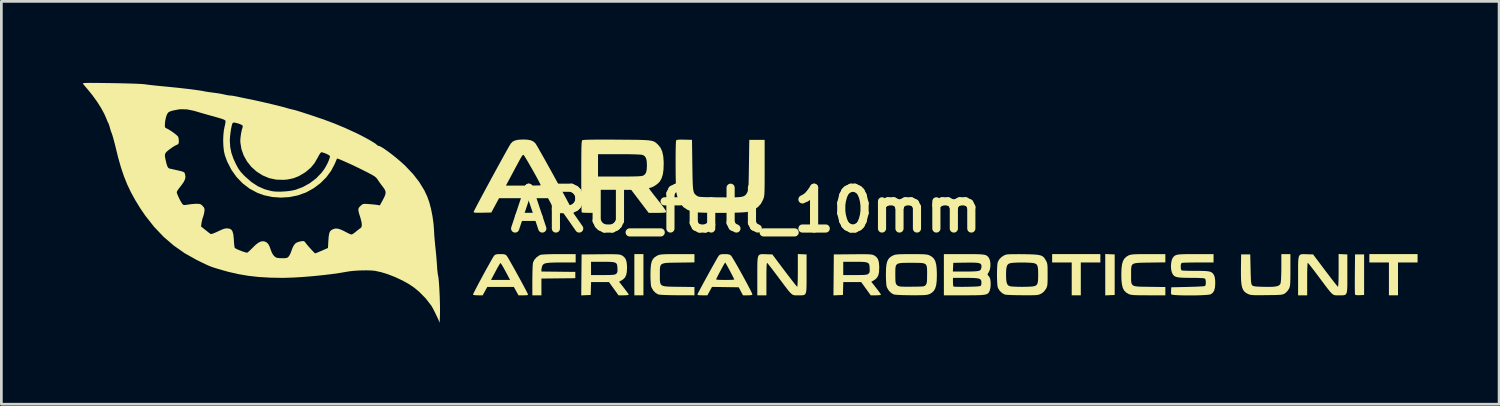
<source format=kicad_pcb>
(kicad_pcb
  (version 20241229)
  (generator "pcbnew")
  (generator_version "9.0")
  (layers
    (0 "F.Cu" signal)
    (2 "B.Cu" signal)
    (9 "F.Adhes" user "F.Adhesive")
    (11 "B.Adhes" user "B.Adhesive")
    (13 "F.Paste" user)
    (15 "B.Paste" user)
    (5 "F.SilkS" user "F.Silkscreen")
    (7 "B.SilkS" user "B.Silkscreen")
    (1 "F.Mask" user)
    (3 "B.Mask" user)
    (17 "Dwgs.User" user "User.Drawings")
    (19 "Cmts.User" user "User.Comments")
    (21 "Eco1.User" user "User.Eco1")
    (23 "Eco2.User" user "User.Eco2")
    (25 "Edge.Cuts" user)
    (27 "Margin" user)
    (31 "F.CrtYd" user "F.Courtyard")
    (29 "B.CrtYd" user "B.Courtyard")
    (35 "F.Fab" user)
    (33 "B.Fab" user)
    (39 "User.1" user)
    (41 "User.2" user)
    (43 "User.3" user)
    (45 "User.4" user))
  (footprint "ARU_full_10mm"
    (layer "F.Cu")
    (at 24.405 4.68)
    (property "Reference" "ARU_full_10mm" (at 0 0 0) (layer "F.SilkS") (effects (font (size 1.5 1.5) (thickness 0.3))))
    (attr board_only exclude_from_pos_files exclude_from_bom)
    (fp_poly (pts (xy -3.779 2.378) (xy -3.779 3.136) (xy -3.946 3.136) (xy -4.113 3.136) (xy -4.113 2.378) (xy -4.113 1.62) (xy -3.946 1.62) (xy -3.779 1.62)) (stroke (width 0) (type solid)) (fill yes) (layer "F.SilkS"))
    (fp_poly (pts (xy 13.388 1.625) (xy 13.561 1.632) (xy 13.561 2.378) (xy 13.561 3.124) (xy 13.388 3.131) (xy 13.214 3.139) (xy 13.214 2.378) (xy 13.214 1.617)) (stroke (width 0) (type solid)) (fill yes) (layer "F.SilkS"))
    (fp_poly (pts (xy 13.034 1.774) (xy 13.034 1.928) (xy 12.674 1.928) (xy 12.314 1.928) (xy 12.314 2.532) (xy 12.314 3.136) (xy 12.147 3.136) (xy 11.98 3.136) (xy 11.98 2.532) (xy 11.98 1.928) (xy 11.62 1.928) (xy 11.26 1.928) (xy 11.26 1.774) (xy 11.26 1.62) (xy 12.147 1.62) (xy 13.034 1.62)) (stroke (width 0) (type solid)) (fill yes) (layer "F.SilkS"))
    (fp_poly (pts (xy 22.739 2.378) (xy 22.739 3.124) (xy 22.578 3.131) (xy 22.478 3.132) (xy 22.422 3.122) (xy 22.404 3.105) (xy 22.401 3.072) (xy 22.399 2.993) (xy 22.397 2.878) (xy 22.396 2.731) (xy 22.397 2.561) (xy 22.398 2.374) (xy 22.398 2.352) (xy 22.405 1.632) (xy 22.572 1.632) (xy 22.739 1.632)) (stroke (width 0) (type solid)) (fill yes) (layer "F.SilkS"))
    (fp_poly (pts (xy 24.706 1.774) (xy 24.706 1.928) (xy 24.346 1.928) (xy 23.986 1.928) (xy 23.986 2.532) (xy 23.986 3.136) (xy 23.819 3.136) (xy 23.652 3.136) (xy 23.652 2.532) (xy 23.652 1.928) (xy 23.292 1.928) (xy 22.932 1.928) (xy 22.932 1.774) (xy 22.932 1.62) (xy 23.819 1.62) (xy 24.706 1.62)) (stroke (width 0) (type solid)) (fill yes) (layer "F.SilkS"))
    (fp_poly (pts (xy -6.273 1.774) (xy -6.273 1.928) (xy -6.781 1.928) (xy -6.988 1.929) (xy -7.151 1.933) (xy -7.274 1.941) (xy -7.364 1.954) (xy -7.426 1.973) (xy -7.467 2) (xy -7.493 2.035) (xy -7.505 2.061) (xy -7.525 2.137) (xy -7.533 2.201) (xy -7.533 2.261) (xy -6.909 2.268) (xy -6.286 2.275) (xy -6.286 2.391) (xy -6.286 2.507) (xy -6.909 2.513) (xy -7.533 2.52) (xy -7.533 2.828) (xy -7.533 3.136) (xy -7.7 3.136) (xy -7.867 3.136) (xy -7.867 2.577) (xy -7.865 2.407) (xy -7.862 2.249) (xy -7.857 2.112) (xy -7.851 2.006) (xy -7.844 1.939) (xy -7.841 1.927) (xy -7.792 1.828) (xy -7.71 1.736) (xy -7.611 1.667) (xy -7.557 1.645) (xy -7.506 1.638) (xy -7.413 1.631) (xy -7.285 1.626) (xy -7.132 1.622) (xy -6.962 1.62) (xy -6.871 1.62) (xy -6.273 1.62)) (stroke (width 0) (type solid)) (fill yes) (layer "F.SilkS"))
    (fp_poly (pts (xy 15.425 1.772) (xy 15.425 1.924) (xy 14.844 1.932) (xy 14.64 1.935) (xy 14.481 1.939) (xy 14.362 1.948) (xy 14.278 1.965) (xy 14.221 1.995) (xy 14.187 2.04) (xy 14.171 2.106) (xy 14.165 2.196) (xy 14.165 2.313) (xy 14.165 2.378) (xy 14.165 2.509) (xy 14.167 2.611) (xy 14.178 2.687) (xy 14.203 2.742) (xy 14.248 2.779) (xy 14.319 2.802) (xy 14.421 2.814) (xy 14.56 2.82) (xy 14.742 2.822) (xy 14.844 2.824) (xy 15.425 2.832) (xy 15.425 2.984) (xy 15.425 3.136) (xy 14.802 3.136) (xy 14.602 3.135) (xy 14.447 3.134) (xy 14.329 3.131) (xy 14.241 3.126) (xy 14.176 3.118) (xy 14.128 3.108) (xy 14.088 3.094) (xy 14.073 3.088) (xy 13.981 3.033) (xy 13.91 2.961) (xy 13.86 2.865) (xy 13.828 2.737) (xy 13.81 2.572) (xy 13.805 2.378) (xy 13.811 2.172) (xy 13.829 2.009) (xy 13.863 1.884) (xy 13.914 1.79) (xy 13.986 1.719) (xy 14.073 1.668) (xy 14.112 1.653) (xy 14.156 1.642) (xy 14.214 1.633) (xy 14.292 1.627) (xy 14.398 1.623) (xy 14.538 1.621) (xy 14.72 1.62) (xy 14.802 1.62) (xy 15.425 1.62)) (stroke (width 0) (type solid)) (fill yes) (layer "F.SilkS"))
    (fp_poly (pts (xy -1.902 1.772) (xy -1.902 1.925) (xy -2.48 1.933) (xy -2.687 1.935) (xy -2.848 1.939) (xy -2.97 1.948) (xy -3.057 1.966) (xy -3.115 1.995) (xy -3.15 2.04) (xy -3.168 2.105) (xy -3.175 2.193) (xy -3.175 2.307) (xy -3.175 2.378) (xy -3.175 2.508) (xy -3.173 2.609) (xy -3.161 2.685) (xy -3.136 2.74) (xy -3.09 2.777) (xy -3.019 2.8) (xy -2.916 2.813) (xy -2.776 2.819) (xy -2.593 2.822) (xy -2.48 2.823) (xy -1.902 2.831) (xy -1.902 2.984) (xy -1.902 3.136) (xy -2.526 3.134) (xy -2.716 3.132) (xy -2.888 3.128) (xy -3.033 3.123) (xy -3.146 3.116) (xy -3.217 3.108) (xy -3.234 3.104) (xy -3.328 3.051) (xy -3.414 2.964) (xy -3.477 2.858) (xy -3.495 2.809) (xy -3.505 2.747) (xy -3.513 2.647) (xy -3.519 2.521) (xy -3.521 2.384) (xy -3.521 2.365) (xy -3.516 2.168) (xy -3.502 2.015) (xy -3.476 1.898) (xy -3.434 1.809) (xy -3.374 1.742) (xy -3.293 1.688) (xy -3.252 1.668) (xy -3.214 1.653) (xy -3.17 1.641) (xy -3.112 1.633) (xy -3.033 1.627) (xy -2.927 1.623) (xy -2.786 1.621) (xy -2.603 1.62) (xy -2.526 1.62) (xy -1.902 1.62)) (stroke (width 0) (type solid)) (fill yes) (layer "F.SilkS"))
    (fp_poly (pts (xy -4.857 1.625) (xy -4.762 1.628) (xy -4.693 1.633) (xy -4.643 1.641) (xy -4.605 1.652) (xy -4.577 1.664) (xy -4.492 1.723) (xy -4.434 1.801) (xy -4.399 1.909) (xy -4.384 2.054) (xy -4.383 2.121) (xy -4.391 2.281) (xy -4.417 2.4) (xy -4.465 2.49) (xy -4.54 2.559) (xy -4.582 2.585) (xy -4.675 2.637) (xy -4.497 2.865) (xy -4.426 2.958) (xy -4.368 3.037) (xy -4.331 3.092) (xy -4.319 3.115) (xy -4.343 3.125) (xy -4.405 3.133) (xy -4.493 3.136) (xy -4.508 3.136) (xy -4.696 3.136) (xy -4.872 2.892) (xy -5.048 2.648) (xy -5.377 2.648) (xy -5.705 2.648) (xy -5.713 2.886) (xy -5.72 3.124) (xy -5.894 3.131) (xy -6.068 3.139) (xy -6.061 2.386) (xy -6.057 1.902) (xy -5.707 1.902) (xy -5.707 2.147) (xy -5.707 2.391) (xy -5.273 2.391) (xy -5.11 2.39) (xy -4.99 2.388) (xy -4.906 2.383) (xy -4.848 2.375) (xy -4.81 2.363) (xy -4.783 2.346) (xy -4.783 2.346) (xy -4.753 2.314) (xy -4.737 2.273) (xy -4.733 2.206) (xy -4.735 2.134) (xy -4.741 2.058) (xy -4.753 2) (xy -4.778 1.959) (xy -4.823 1.932) (xy -4.895 1.915) (xy -5 1.906) (xy -5.145 1.903) (xy -5.29 1.903) (xy -5.707 1.902) (xy -6.057 1.902) (xy -6.054 1.632) (xy -5.36 1.626) (xy -5.15 1.624) (xy -4.984 1.624)) (stroke (width 0) (type solid)) (fill yes) (layer "F.SilkS"))
    (fp_poly (pts (xy 4.424 1.625) (xy 4.519 1.628) (xy 4.588 1.633) (xy 4.638 1.641) (xy 4.676 1.652) (xy 4.704 1.664) (xy 4.789 1.723) (xy 4.847 1.801) (xy 4.882 1.909) (xy 4.896 2.054) (xy 4.897 2.121) (xy 4.89 2.281) (xy 4.864 2.4) (xy 4.815 2.49) (xy 4.74 2.559) (xy 4.699 2.585) (xy 4.605 2.637) (xy 4.784 2.865) (xy 4.855 2.958) (xy 4.913 3.037) (xy 4.95 3.092) (xy 4.962 3.115) (xy 4.938 3.125) (xy 4.876 3.133) (xy 4.788 3.136) (xy 4.773 3.136) (xy 4.584 3.136) (xy 4.408 2.892) (xy 4.232 2.648) (xy 3.904 2.648) (xy 3.575 2.648) (xy 3.568 2.886) (xy 3.561 3.124) (xy 3.387 3.131) (xy 3.213 3.139) (xy 3.22 2.386) (xy 3.224 1.902) (xy 3.573 1.902) (xy 3.573 2.147) (xy 3.573 2.391) (xy 4.008 2.391) (xy 4.171 2.39) (xy 4.291 2.388) (xy 4.375 2.383) (xy 4.432 2.375) (xy 4.47 2.363) (xy 4.497 2.346) (xy 4.498 2.346) (xy 4.528 2.314) (xy 4.544 2.273) (xy 4.548 2.206) (xy 4.545 2.134) (xy 4.54 2.058) (xy 4.528 2) (xy 4.503 1.959) (xy 4.457 1.932) (xy 4.386 1.915) (xy 4.281 1.906) (xy 4.136 1.903) (xy 3.991 1.903) (xy 3.573 1.902) (xy 3.224 1.902) (xy 3.226 1.632) (xy 3.921 1.626) (xy 4.131 1.624) (xy 4.297 1.624)) (stroke (width 0) (type solid)) (fill yes) (layer "F.SilkS"))
    (fp_poly (pts (xy 2.063 1.625) (xy 2.224 1.632) (xy 2.224 2.348) (xy 2.224 2.57) (xy 2.223 2.746) (xy 2.22 2.882) (xy 2.211 2.982) (xy 2.196 3.052) (xy 2.171 3.097) (xy 2.135 3.123) (xy 2.085 3.134) (xy 2.02 3.137) (xy 1.938 3.137) (xy 1.915 3.136) (xy 1.851 3.137) (xy 1.799 3.136) (xy 1.755 3.13) (xy 1.713 3.115) (xy 1.67 3.085) (xy 1.621 3.038) (xy 1.561 2.97) (xy 1.486 2.875) (xy 1.392 2.75) (xy 1.273 2.591) (xy 1.187 2.477) (xy 1.08 2.334) (xy 0.982 2.205) (xy 0.898 2.096) (xy 0.832 2.012) (xy 0.788 1.958) (xy 0.772 1.942) (xy 0.763 1.957) (xy 0.755 2.018) (xy 0.75 2.125) (xy 0.747 2.281) (xy 0.746 2.486) (xy 0.746 2.531) (xy 0.746 3.136) (xy 0.578 3.136) (xy 0.411 3.136) (xy 0.411 2.432) (xy 0.411 2.206) (xy 0.412 2.025) (xy 0.416 1.886) (xy 0.425 1.782) (xy 0.441 1.709) (xy 0.467 1.662) (xy 0.504 1.635) (xy 0.554 1.623) (xy 0.62 1.621) (xy 0.703 1.624) (xy 0.733 1.625) (xy 0.964 1.632) (xy 1.409 2.224) (xy 1.524 2.376) (xy 1.63 2.514) (xy 1.722 2.633) (xy 1.796 2.727) (xy 1.849 2.792) (xy 1.876 2.822) (xy 1.878 2.824) (xy 1.886 2.802) (xy 1.892 2.733) (xy 1.897 2.622) (xy 1.901 2.474) (xy 1.902 2.294) (xy 1.902 2.225) (xy 1.902 1.617)) (stroke (width 0) (type solid)) (fill yes) (layer "F.SilkS"))
    (fp_poly (pts (xy 21.961 1.625) (xy 22.122 1.632) (xy 22.122 2.348) (xy 22.122 2.57) (xy 22.122 2.746) (xy 22.118 2.882) (xy 22.11 2.982) (xy 22.094 3.052) (xy 22.069 3.097) (xy 22.033 3.123) (xy 21.984 3.134) (xy 21.919 3.137) (xy 21.836 3.137) (xy 21.814 3.136) (xy 21.75 3.137) (xy 21.698 3.136) (xy 21.653 3.13) (xy 21.612 3.115) (xy 21.569 3.085) (xy 21.519 3.038) (xy 21.46 2.97) (xy 21.385 2.875) (xy 21.29 2.75) (xy 21.171 2.591) (xy 21.086 2.477) (xy 20.979 2.334) (xy 20.881 2.205) (xy 20.796 2.096) (xy 20.73 2.012) (xy 20.686 1.958) (xy 20.671 1.942) (xy 20.661 1.957) (xy 20.654 2.018) (xy 20.649 2.125) (xy 20.645 2.281) (xy 20.644 2.486) (xy 20.644 2.531) (xy 20.644 3.136) (xy 20.477 3.136) (xy 20.31 3.136) (xy 20.31 2.432) (xy 20.31 2.206) (xy 20.31 2.025) (xy 20.314 1.886) (xy 20.323 1.782) (xy 20.34 1.709) (xy 20.365 1.662) (xy 20.402 1.635) (xy 20.452 1.623) (xy 20.518 1.621) (xy 20.601 1.624) (xy 20.631 1.625) (xy 20.862 1.632) (xy 21.308 2.224) (xy 21.423 2.376) (xy 21.528 2.514) (xy 21.62 2.633) (xy 21.695 2.727) (xy 21.748 2.792) (xy 21.775 2.822) (xy 21.777 2.824) (xy 21.784 2.802) (xy 21.791 2.733) (xy 21.796 2.622) (xy 21.799 2.474) (xy 21.801 2.294) (xy 21.801 2.225) (xy 21.801 1.617)) (stroke (width 0) (type solid)) (fill yes) (layer "F.SilkS"))
    (fp_poly (pts (xy -8.945 1.622) (xy -8.882 1.632) (xy -8.84 1.653) (xy -8.81 1.681) (xy -8.787 1.716) (xy -8.743 1.788) (xy -8.683 1.892) (xy -8.61 2.021) (xy -8.528 2.166) (xy -8.442 2.322) (xy -8.355 2.48) (xy -8.271 2.634) (xy -8.193 2.778) (xy -8.127 2.903) (xy -8.075 3.003) (xy -8.041 3.071) (xy -8.032 3.091) (xy -8.029 3.115) (xy -8.047 3.129) (xy -8.095 3.135) (xy -8.185 3.136) (xy -8.197 3.136) (xy -8.377 3.136) (xy -8.462 2.982) (xy -8.547 2.828) (xy -9.036 2.828) (xy -9.525 2.829) (xy -9.61 2.982) (xy -9.694 3.136) (xy -9.873 3.136) (xy -9.961 3.133) (xy -10.025 3.125) (xy -10.052 3.113) (xy -10.052 3.112) (xy -10.04 3.082) (xy -10.007 3.013) (xy -9.955 2.912) (xy -9.89 2.788) (xy -9.815 2.645) (xy -9.775 2.571) (xy -9.388 2.571) (xy -9.037 2.571) (xy -8.685 2.571) (xy -8.853 2.256) (xy -8.915 2.143) (xy -8.969 2.048) (xy -9.012 1.981) (xy -9.037 1.95) (xy -9.041 1.948) (xy -9.06 1.972) (xy -9.098 2.034) (xy -9.149 2.123) (xy -9.209 2.233) (xy -9.225 2.263) (xy -9.388 2.571) (xy -9.775 2.571) (xy -9.732 2.492) (xy -9.647 2.334) (xy -9.562 2.179) (xy -9.481 2.034) (xy -9.408 1.904) (xy -9.348 1.797) (xy -9.302 1.72) (xy -9.275 1.68) (xy -9.273 1.677) (xy -9.237 1.646) (xy -9.189 1.628) (xy -9.117 1.621) (xy -9.044 1.62)) (stroke (width 0) (type solid)) (fill yes) (layer "F.SilkS"))
    (fp_poly (pts (xy 20.027 2.203) (xy 20.027 2.393) (xy 20.025 2.54) (xy 20.022 2.65) (xy 20.017 2.731) (xy 20.009 2.79) (xy 19.998 2.836) (xy 19.983 2.876) (xy 19.974 2.896) (xy 19.91 2.99) (xy 19.829 3.063) (xy 19.826 3.065) (xy 19.793 3.084) (xy 19.758 3.098) (xy 19.715 3.109) (xy 19.655 3.117) (xy 19.572 3.122) (xy 19.459 3.126) (xy 19.306 3.128) (xy 19.153 3.13) (xy 18.962 3.132) (xy 18.816 3.132) (xy 18.706 3.131) (xy 18.625 3.126) (xy 18.565 3.119) (xy 18.52 3.108) (xy 18.48 3.094) (xy 18.47 3.089) (xy 18.392 3.046) (xy 18.331 2.995) (xy 18.284 2.929) (xy 18.249 2.842) (xy 18.226 2.728) (xy 18.212 2.582) (xy 18.207 2.396) (xy 18.207 2.167) (xy 18.207 2.133) (xy 18.214 1.632) (xy 18.382 1.632) (xy 18.549 1.632) (xy 18.562 2.178) (xy 18.566 2.362) (xy 18.571 2.502) (xy 18.577 2.603) (xy 18.584 2.674) (xy 18.594 2.721) (xy 18.606 2.751) (xy 18.62 2.769) (xy 18.645 2.787) (xy 18.685 2.801) (xy 18.746 2.81) (xy 18.838 2.817) (xy 18.969 2.822) (xy 19.045 2.824) (xy 19.238 2.826) (xy 19.387 2.822) (xy 19.497 2.81) (xy 19.574 2.789) (xy 19.625 2.758) (xy 19.657 2.714) (xy 19.665 2.695) (xy 19.674 2.64) (xy 19.683 2.542) (xy 19.688 2.407) (xy 19.692 2.244) (xy 19.693 2.117) (xy 19.693 1.62) (xy 19.86 1.62) (xy 20.027 1.62)) (stroke (width 0) (type solid)) (fill yes) (layer "F.SilkS"))
    (fp_poly (pts (xy -0.687 1.623) (xy -0.621 1.636) (xy -0.572 1.663) (xy -0.556 1.677) (xy -0.53 1.712) (xy -0.484 1.784) (xy -0.423 1.887) (xy -0.349 2.014) (xy -0.267 2.159) (xy -0.181 2.313) (xy -0.094 2.471) (xy -0.01 2.625) (xy 0.067 2.769) (xy 0.133 2.896) (xy 0.186 2.999) (xy 0.219 3.071) (xy 0.231 3.105) (xy 0.21 3.124) (xy 0.144 3.134) (xy 0.058 3.136) (xy -0.116 3.136) (xy -0.195 2.988) (xy -0.274 2.841) (xy -0.765 2.834) (xy -1.256 2.827) (xy -1.341 2.982) (xy -1.426 3.136) (xy -1.615 3.136) (xy -1.717 3.134) (xy -1.774 3.126) (xy -1.793 3.111) (xy -1.792 3.104) (xy -1.771 3.059) (xy -1.729 2.978) (xy -1.67 2.867) (xy -1.599 2.734) (xy -1.518 2.586) (xy -1.501 2.554) (xy -1.105 2.554) (xy -1.081 2.56) (xy -1.015 2.566) (xy -0.917 2.569) (xy -0.796 2.571) (xy -0.771 2.571) (xy -0.647 2.57) (xy -0.544 2.567) (xy -0.471 2.562) (xy -0.438 2.557) (xy -0.437 2.556) (xy -0.448 2.527) (xy -0.479 2.464) (xy -0.523 2.378) (xy -0.575 2.278) (xy -0.63 2.174) (xy -0.683 2.078) (xy -0.728 1.998) (xy -0.759 1.945) (xy -0.772 1.929) (xy -0.787 1.95) (xy -0.821 2.006) (xy -0.867 2.089) (xy -0.92 2.187) (xy -0.975 2.29) (xy -1.027 2.389) (xy -1.069 2.472) (xy -1.097 2.531) (xy -1.105 2.554) (xy -1.501 2.554) (xy -1.432 2.429) (xy -1.345 2.27) (xy -1.26 2.117) (xy -1.181 1.977) (xy -1.112 1.855) (xy -1.058 1.76) (xy -1.02 1.698) (xy -1.006 1.677) (xy -0.969 1.645) (xy -0.921 1.627) (xy -0.846 1.62) (xy -0.787 1.62)) (stroke (width 0) (type solid)) (fill yes) (layer "F.SilkS"))
    (fp_poly (pts (xy 17.199 1.774) (xy 17.199 1.928) (xy 16.636 1.928) (xy 16.468 1.929) (xy 16.317 1.931) (xy 16.19 1.934) (xy 16.095 1.937) (xy 16.04 1.942) (xy 16.031 1.944) (xy 16.004 1.973) (xy 15.992 2.04) (xy 15.991 2.082) (xy 15.997 2.168) (xy 16.017 2.212) (xy 16.031 2.221) (xy 16.069 2.226) (xy 16.149 2.23) (xy 16.263 2.234) (xy 16.401 2.236) (xy 16.547 2.237) (xy 16.737 2.238) (xy 16.884 2.242) (xy 16.993 2.252) (xy 17.073 2.268) (xy 17.13 2.293) (xy 17.171 2.329) (xy 17.205 2.376) (xy 17.217 2.398) (xy 17.244 2.476) (xy 17.258 2.585) (xy 17.261 2.687) (xy 17.252 2.845) (xy 17.222 2.962) (xy 17.169 3.045) (xy 17.097 3.097) (xy 17.048 3.11) (xy 16.96 3.12) (xy 16.839 3.128) (xy 16.695 3.135) (xy 16.535 3.139) (xy 16.367 3.14) (xy 16.199 3.14) (xy 16.04 3.138) (xy 15.897 3.133) (xy 15.778 3.126) (xy 15.692 3.117) (xy 15.646 3.105) (xy 15.641 3.101) (xy 15.634 3.054) (xy 15.634 2.98) (xy 15.636 2.953) (xy 15.644 2.841) (xy 16.248 2.828) (xy 16.42 2.823) (xy 16.576 2.818) (xy 16.708 2.811) (xy 16.808 2.805) (xy 16.869 2.798) (xy 16.884 2.794) (xy 16.905 2.755) (xy 16.915 2.687) (xy 16.913 2.611) (xy 16.899 2.547) (xy 16.885 2.525) (xy 16.854 2.512) (xy 16.784 2.504) (xy 16.673 2.498) (xy 16.517 2.494) (xy 16.365 2.494) (xy 16.168 2.492) (xy 16.016 2.487) (xy 15.902 2.476) (xy 15.818 2.457) (xy 15.758 2.428) (xy 15.715 2.387) (xy 15.682 2.332) (xy 15.665 2.295) (xy 15.64 2.196) (xy 15.631 2.075) (xy 15.639 1.95) (xy 15.661 1.838) (xy 15.697 1.758) (xy 15.698 1.756) (xy 15.729 1.717) (xy 15.762 1.686) (xy 15.802 1.662) (xy 15.856 1.645) (xy 15.93 1.633) (xy 16.031 1.626) (xy 16.165 1.622) (xy 16.338 1.62) (xy 16.537 1.62) (xy 17.199 1.62)) (stroke (width 0) (type solid)) (fill yes) (layer "F.SilkS"))
    (fp_poly (pts (xy -8.046 -2.59) (xy -7.927 -2.568) (xy -7.836 -2.528) (xy -7.764 -2.465) (xy -7.748 -2.446) (xy -7.723 -2.407) (xy -7.676 -2.329) (xy -7.612 -2.217) (xy -7.532 -2.076) (xy -7.439 -1.912) (xy -7.337 -1.729) (xy -7.228 -1.533) (xy -7.115 -1.328) (xy -7.001 -1.12) (xy -6.889 -0.915) (xy -6.781 -0.716) (xy -6.68 -0.53) (xy -6.589 -0.361) (xy -6.511 -0.215) (xy -6.449 -0.096) (xy -6.405 -0.011) (xy -6.383 0.037) (xy -6.381 0.043) (xy -6.369 0.104) (xy -6.687 0.097) (xy -7.006 0.09) (xy -7.147 -0.173) (xy -7.288 -0.436) (xy -8.19 -0.436) (xy -9.092 -0.437) (xy -9.234 -0.174) (xy -9.377 0.09) (xy -9.702 0.097) (xy -9.838 0.099) (xy -9.931 0.098) (xy -9.989 0.093) (xy -10.018 0.083) (xy -10.026 0.068) (xy -10.026 0.066) (xy -10.014 0.038) (xy -9.98 -0.03) (xy -9.927 -0.133) (xy -9.857 -0.266) (xy -9.773 -0.424) (xy -9.677 -0.602) (xy -9.574 -0.795) (xy -9.517 -0.9) (xy -8.839 -0.9) (xy -8.199 -0.9) (xy -8.023 -0.9) (xy -7.866 -0.902) (xy -7.735 -0.904) (xy -7.635 -0.906) (xy -7.574 -0.91) (xy -7.558 -0.912) (xy -7.57 -0.945) (xy -7.604 -1.013) (xy -7.655 -1.109) (xy -7.718 -1.227) (xy -7.791 -1.358) (xy -7.868 -1.495) (xy -7.946 -1.631) (xy -8.019 -1.758) (xy -8.085 -1.869) (xy -8.139 -1.956) (xy -8.176 -2.013) (xy -8.192 -2.031) (xy -8.206 -2.03) (xy -8.22 -2.022) (xy -8.238 -2.003) (xy -8.262 -1.968) (xy -8.296 -1.911) (xy -8.342 -1.828) (xy -8.404 -1.714) (xy -8.485 -1.564) (xy -8.568 -1.408) (xy -8.839 -0.9) (xy -9.517 -0.9) (xy -9.464 -0.997) (xy -9.352 -1.204) (xy -9.239 -1.411) (xy -9.129 -1.612) (xy -9.024 -1.803) (xy -8.927 -1.979) (xy -8.841 -2.134) (xy -8.768 -2.264) (xy -8.711 -2.364) (xy -8.673 -2.427) (xy -8.661 -2.446) (xy -8.596 -2.514) (xy -8.508 -2.56) (xy -8.39 -2.587) (xy -8.232 -2.596) (xy -8.204 -2.597)) (stroke (width 0) (type solid)) (fill yes) (layer "F.SilkS"))
    (fp_poly (pts (xy 8.015 1.62) (xy 8.241 1.62) (xy 8.422 1.622) (xy 8.564 1.625) (xy 8.672 1.632) (xy 8.752 1.642) (xy 8.811 1.656) (xy 8.854 1.677) (xy 8.887 1.703) (xy 8.916 1.737) (xy 8.931 1.756) (xy 8.97 1.843) (xy 8.988 1.957) (xy 8.987 2.082) (xy 8.966 2.199) (xy 8.925 2.288) (xy 8.924 2.289) (xy 8.891 2.344) (xy 8.883 2.382) (xy 8.887 2.388) (xy 8.918 2.419) (xy 8.954 2.467) (xy 8.981 2.537) (xy 8.995 2.638) (xy 8.998 2.755) (xy 8.987 2.869) (xy 8.964 2.962) (xy 8.961 2.968) (xy 8.94 3.014) (xy 8.916 3.05) (xy 8.882 3.079) (xy 8.834 3.1) (xy 8.765 3.115) (xy 8.67 3.126) (xy 8.545 3.132) (xy 8.382 3.135) (xy 8.177 3.136) (xy 8.022 3.136) (xy 7.276 3.136) (xy 7.276 2.494) (xy 7.61 2.494) (xy 7.61 2.644) (xy 7.613 2.728) (xy 7.62 2.79) (xy 7.628 2.812) (xy 7.659 2.818) (xy 7.732 2.822) (xy 7.84 2.824) (xy 7.975 2.825) (xy 8.128 2.823) (xy 8.131 2.823) (xy 8.306 2.819) (xy 8.436 2.815) (xy 8.528 2.809) (xy 8.588 2.801) (xy 8.623 2.79) (xy 8.639 2.777) (xy 8.655 2.725) (xy 8.658 2.654) (xy 8.658 2.649) (xy 8.65 2.599) (xy 8.631 2.561) (xy 8.595 2.533) (xy 8.535 2.514) (xy 8.444 2.503) (xy 8.318 2.497) (xy 8.149 2.494) (xy 8.066 2.494) (xy 7.61 2.494) (xy 7.276 2.494) (xy 7.276 2.378) (xy 7.276 2.262) (xy 7.607 2.262) (xy 8.065 2.262) (xy 8.263 2.26) (xy 8.412 2.255) (xy 8.516 2.246) (xy 8.578 2.233) (xy 8.587 2.229) (xy 8.636 2.188) (xy 8.657 2.118) (xy 8.659 2.103) (xy 8.66 2.046) (xy 8.648 2.003) (xy 8.618 1.971) (xy 8.563 1.951) (xy 8.478 1.938) (xy 8.357 1.933) (xy 8.193 1.933) (xy 8.082 1.934) (xy 7.623 1.941) (xy 7.615 2.102) (xy 7.607 2.262) (xy 7.276 2.262) (xy 7.276 1.62)) (stroke (width 0) (type solid)) (fill yes) (layer "F.SilkS"))
    (fp_poly (pts (xy -2.273 -2.591) (xy -1.992 -2.584) (xy -1.98 -1.658) (xy -1.976 -1.402) (xy -1.972 -1.193) (xy -1.967 -1.024) (xy -1.961 -0.891) (xy -1.952 -0.789) (xy -1.94 -0.712) (xy -1.924 -0.655) (xy -1.904 -0.612) (xy -1.878 -0.58) (xy -1.846 -0.551) (xy -1.817 -0.529) (xy -1.794 -0.514) (xy -1.768 -0.502) (xy -1.732 -0.492) (xy -1.68 -0.485) (xy -1.607 -0.48) (xy -1.507 -0.476) (xy -1.373 -0.473) (xy -1.2 -0.471) (xy -0.982 -0.469) (xy -0.969 -0.469) (xy -0.729 -0.467) (xy -0.536 -0.467) (xy -0.382 -0.47) (xy -0.263 -0.476) (xy -0.173 -0.487) (xy -0.106 -0.504) (xy -0.057 -0.528) (xy -0.02 -0.559) (xy 0.011 -0.599) (xy 0.038 -0.643) (xy 0.051 -0.669) (xy 0.063 -0.699) (xy 0.072 -0.738) (xy 0.079 -0.793) (xy 0.085 -0.867) (xy 0.09 -0.967) (xy 0.093 -1.098) (xy 0.097 -1.266) (xy 0.1 -1.475) (xy 0.103 -1.658) (xy 0.116 -2.584) (xy 0.398 -2.584) (xy 0.681 -2.584) (xy 0.681 -1.555) (xy 0.681 -1.298) (xy 0.681 -1.087) (xy 0.68 -0.916) (xy 0.678 -0.781) (xy 0.675 -0.675) (xy 0.671 -0.595) (xy 0.665 -0.533) (xy 0.657 -0.486) (xy 0.646 -0.447) (xy 0.634 -0.411) (xy 0.624 -0.385) (xy 0.544 -0.233) (xy 0.439 -0.114) (xy 0.301 -0.023) (xy 0.123 0.047) (xy 0.063 0.064) (xy -0.007 0.075) (xy -0.119 0.084) (xy -0.267 0.091) (xy -0.442 0.097) (xy -0.637 0.101) (xy -0.843 0.103) (xy -1.053 0.104) (xy -1.259 0.102) (xy -1.454 0.099) (xy -1.628 0.094) (xy -1.774 0.087) (xy -1.885 0.078) (xy -1.953 0.068) (xy -1.954 0.068) (xy -2.15 -0.005) (xy -2.306 -0.107) (xy -2.425 -0.24) (xy -2.51 -0.408) (xy -2.563 -0.616) (xy -2.57 -0.656) (xy -2.576 -0.725) (xy -2.581 -0.833) (xy -2.586 -0.972) (xy -2.59 -1.136) (xy -2.593 -1.318) (xy -2.594 -1.51) (xy -2.595 -1.705) (xy -2.595 -1.897) (xy -2.594 -2.078) (xy -2.592 -2.24) (xy -2.589 -2.377) (xy -2.584 -2.482) (xy -2.579 -2.547) (xy -2.575 -2.565) (xy -2.549 -2.581) (xy -2.491 -2.59) (xy -2.395 -2.593)) (stroke (width 0) (type solid)) (fill yes) (layer "F.SilkS"))
    (fp_poly (pts (xy 6.27 1.621) (xy 6.416 1.623) (xy 6.525 1.626) (xy 6.606 1.632) (xy 6.666 1.641) (xy 6.713 1.653) (xy 6.751 1.668) (xy 6.841 1.721) (xy 6.91 1.789) (xy 6.96 1.881) (xy 6.993 2.002) (xy 7.011 2.16) (xy 7.018 2.36) (xy 7.018 2.4) (xy 7.012 2.603) (xy 6.993 2.763) (xy 6.956 2.886) (xy 6.901 2.979) (xy 6.823 3.048) (xy 6.73 3.097) (xy 6.687 3.11) (xy 6.63 3.121) (xy 6.55 3.128) (xy 6.442 3.132) (xy 6.297 3.134) (xy 6.109 3.134) (xy 6.074 3.134) (xy 5.9 3.132) (xy 5.741 3.128) (xy 5.606 3.122) (xy 5.502 3.115) (xy 5.439 3.106) (xy 5.43 3.104) (xy 5.336 3.051) (xy 5.25 2.964) (xy 5.186 2.858) (xy 5.169 2.809) (xy 5.159 2.747) (xy 5.151 2.647) (xy 5.145 2.521) (xy 5.143 2.384) (xy 5.143 2.365) (xy 5.145 2.28) (xy 5.489 2.28) (xy 5.489 2.376) (xy 5.49 2.513) (xy 5.494 2.609) (xy 5.501 2.673) (xy 5.515 2.715) (xy 5.534 2.744) (xy 5.536 2.747) (xy 5.563 2.773) (xy 5.594 2.792) (xy 5.636 2.806) (xy 5.697 2.815) (xy 5.785 2.819) (xy 5.907 2.821) (xy 6.071 2.82) (xy 6.127 2.819) (xy 6.286 2.817) (xy 6.401 2.815) (xy 6.482 2.81) (xy 6.535 2.803) (xy 6.568 2.791) (xy 6.591 2.775) (xy 6.609 2.754) (xy 6.63 2.722) (xy 6.645 2.679) (xy 6.653 2.617) (xy 6.657 2.524) (xy 6.658 2.391) (xy 6.659 2.378) (xy 6.659 2.237) (xy 6.655 2.13) (xy 6.641 2.052) (xy 6.61 1.999) (xy 6.557 1.966) (xy 6.475 1.949) (xy 6.357 1.942) (xy 6.198 1.941) (xy 6.083 1.941) (xy 5.894 1.941) (xy 5.749 1.944) (xy 5.644 1.955) (xy 5.572 1.978) (xy 5.526 2.017) (xy 5.501 2.078) (xy 5.491 2.164) (xy 5.489 2.28) (xy 5.145 2.28) (xy 5.147 2.168) (xy 5.161 2.015) (xy 5.188 1.898) (xy 5.23 1.809) (xy 5.289 1.742) (xy 5.37 1.688) (xy 5.412 1.668) (xy 5.452 1.652) (xy 5.498 1.64) (xy 5.559 1.632) (xy 5.642 1.626) (xy 5.754 1.623) (xy 5.904 1.621) (xy 6.08 1.621)) (stroke (width 0) (type solid)) (fill yes) (layer "F.SilkS"))
    (fp_poly (pts (xy 10.21 1.624) (xy 10.245 1.624) (xy 10.448 1.628) (xy 10.607 1.635) (xy 10.729 1.646) (xy 10.82 1.664) (xy 10.888 1.69) (xy 10.94 1.727) (xy 10.982 1.776) (xy 11.022 1.841) (xy 11.029 1.852) (xy 11.053 1.898) (xy 11.07 1.942) (xy 11.082 1.993) (xy 11.089 2.062) (xy 11.092 2.158) (xy 11.093 2.29) (xy 11.093 2.378) (xy 11.093 2.534) (xy 11.091 2.648) (xy 11.086 2.73) (xy 11.077 2.789) (xy 11.063 2.836) (xy 11.043 2.88) (xy 11.029 2.905) (xy 10.947 3.012) (xy 10.85 3.079) (xy 10.81 3.098) (xy 10.77 3.112) (xy 10.722 3.122) (xy 10.659 3.129) (xy 10.573 3.133) (xy 10.456 3.134) (xy 10.301 3.135) (xy 10.169 3.134) (xy 9.998 3.132) (xy 9.84 3.129) (xy 9.704 3.124) (xy 9.599 3.118) (xy 9.533 3.111) (xy 9.52 3.108) (xy 9.421 3.057) (xy 9.331 2.971) (xy 9.268 2.868) (xy 9.256 2.833) (xy 9.245 2.763) (xy 9.237 2.655) (xy 9.232 2.522) (xy 9.23 2.378) (xy 9.564 2.378) (xy 9.568 2.535) (xy 9.581 2.649) (xy 9.607 2.726) (xy 9.647 2.774) (xy 9.701 2.8) (xy 9.767 2.811) (xy 9.872 2.818) (xy 10.002 2.823) (xy 10.146 2.825) (xy 10.29 2.823) (xy 10.422 2.819) (xy 10.528 2.812) (xy 10.598 2.801) (xy 10.6 2.801) (xy 10.657 2.779) (xy 10.698 2.745) (xy 10.724 2.691) (xy 10.739 2.607) (xy 10.745 2.487) (xy 10.746 2.378) (xy 10.744 2.227) (xy 10.735 2.119) (xy 10.717 2.046) (xy 10.687 1.999) (xy 10.641 1.97) (xy 10.6 1.956) (xy 10.528 1.944) (xy 10.418 1.936) (xy 10.284 1.931) (xy 10.138 1.929) (xy 9.994 1.931) (xy 9.864 1.937) (xy 9.763 1.946) (xy 9.714 1.955) (xy 9.653 1.98) (xy 9.611 2.024) (xy 9.584 2.094) (xy 9.569 2.197) (xy 9.564 2.342) (xy 9.564 2.378) (xy 9.23 2.378) (xy 9.23 2.375) (xy 9.232 2.229) (xy 9.237 2.097) (xy 9.245 1.99) (xy 9.256 1.924) (xy 9.308 1.821) (xy 9.395 1.729) (xy 9.503 1.66) (xy 9.594 1.632) (xy 9.653 1.628) (xy 9.754 1.624) (xy 9.887 1.623) (xy 10.042 1.622)) (stroke (width 0) (type solid)) (fill yes) (layer "F.SilkS"))
    (fp_poly (pts (xy -5.136 -2.593) (xy -4.841 -2.592) (xy -4.765 -2.591) (xy -4.469 -2.589) (xy -4.22 -2.587) (xy -4.013 -2.585) (xy -3.843 -2.581) (xy -3.706 -2.575) (xy -3.597 -2.567) (xy -3.511 -2.555) (xy -3.444 -2.54) (xy -3.391 -2.521) (xy -3.347 -2.497) (xy -3.308 -2.467) (xy -3.269 -2.431) (xy -3.232 -2.395) (xy -3.148 -2.289) (xy -3.088 -2.154) (xy -3.05 -1.983) (xy -3.034 -1.772) (xy -3.034 -1.7) (xy -3.041 -1.486) (xy -3.066 -1.314) (xy -3.109 -1.174) (xy -3.172 -1.058) (xy -3.232 -0.992) (xy -3.316 -0.925) (xy -3.407 -0.868) (xy -3.489 -0.831) (xy -3.532 -0.823) (xy -3.568 -0.811) (xy -3.573 -0.8) (xy -3.558 -0.774) (xy -3.515 -0.714) (xy -3.449 -0.627) (xy -3.366 -0.52) (xy -3.269 -0.398) (xy -3.25 -0.374) (xy -3.139 -0.233) (xy -3.05 -0.114) (xy -2.985 -0.021) (xy -2.948 0.041) (xy -2.941 0.066) (xy -2.957 0.082) (xy -2.998 0.093) (xy -3.07 0.099) (xy -3.182 0.102) (xy -3.271 0.103) (xy -3.586 0.103) (xy -3.908 -0.321) (xy -4.229 -0.744) (xy -4.84 -0.745) (xy -5.45 -0.746) (xy -5.45 -0.362) (xy -5.451 -0.224) (xy -5.454 -0.102) (xy -5.458 -0.007) (xy -5.463 0.051) (xy -5.466 0.062) (xy -5.481 0.081) (xy -5.517 0.093) (xy -5.581 0.1) (xy -5.682 0.102) (xy -5.757 0.103) (xy -5.871 0.101) (xy -5.966 0.097) (xy -6.03 0.091) (xy -6.05 0.086) (xy -6.053 0.057) (xy -6.057 -0.017) (xy -6.059 -0.134) (xy -6.062 -0.287) (xy -6.064 -0.472) (xy -6.066 -0.683) (xy -6.067 -0.917) (xy -6.067 -1.167) (xy -6.067 -1.235) (xy -6.067 -1.534) (xy -6.066 -1.786) (xy -6.065 -1.995) (xy -6.064 -2.057) (xy -5.45 -2.057) (xy -5.45 -1.645) (xy -5.45 -1.234) (xy -4.652 -1.234) (xy -4.417 -1.234) (xy -4.228 -1.236) (xy -4.08 -1.239) (xy -3.968 -1.243) (xy -3.886 -1.249) (xy -3.83 -1.256) (xy -3.793 -1.266) (xy -3.783 -1.271) (xy -3.722 -1.316) (xy -3.681 -1.384) (xy -3.659 -1.482) (xy -3.651 -1.621) (xy -3.651 -1.648) (xy -3.658 -1.797) (xy -3.682 -1.905) (xy -3.725 -1.977) (xy -3.791 -2.022) (xy -3.808 -2.028) (xy -3.863 -2.038) (xy -3.967 -2.045) (xy -4.118 -2.051) (xy -4.316 -2.055) (xy -4.556 -2.057) (xy -4.67 -2.057) (xy -5.45 -2.057) (xy -6.064 -2.057) (xy -6.063 -2.163) (xy -6.061 -2.297) (xy -6.057 -2.398) (xy -6.052 -2.472) (xy -6.047 -2.523) (xy -6.04 -2.553) (xy -6.032 -2.568) (xy -6.031 -2.569) (xy -6.007 -2.576) (xy -5.954 -2.582) (xy -5.868 -2.587) (xy -5.746 -2.59) (xy -5.585 -2.592) (xy -5.383 -2.593)) (stroke (width 0) (type solid)) (fill yes) (layer "F.SilkS"))
    (fp_poly (pts (xy -24.006 -4.679) (xy -23.831 -4.678) (xy -23.612 -4.675) (xy -23.369 -4.672) (xy -23.126 -4.668) (xy -22.895 -4.663) (xy -22.682 -4.657) (xy -22.493 -4.651) (xy -22.334 -4.644) (xy -22.212 -4.637) (xy -22.134 -4.63) (xy -22.122 -4.628) (xy -22.041 -4.617) (xy -21.919 -4.602) (xy -21.768 -4.585) (xy -21.6 -4.568) (xy -21.426 -4.551) (xy -21.402 -4.549) (xy -21.144 -4.524) (xy -20.892 -4.498) (xy -20.655 -4.471) (xy -20.439 -4.446) (xy -20.251 -4.421) (xy -20.097 -4.399) (xy -19.986 -4.38) (xy -19.957 -4.374) (xy -19.874 -4.358) (xy -19.761 -4.341) (xy -19.636 -4.324) (xy -19.595 -4.319) (xy -19.468 -4.302) (xy -19.34 -4.281) (xy -19.235 -4.26) (xy -19.21 -4.254) (xy -19.116 -4.233) (xy -19.03 -4.219) (xy -18.99 -4.216) (xy -18.931 -4.211) (xy -18.838 -4.196) (xy -18.729 -4.175) (xy -18.693 -4.167) (xy -18.554 -4.137) (xy -18.399 -4.105) (xy -18.259 -4.077) (xy -18.253 -4.076) (xy -18.136 -4.052) (xy -17.99 -4.02) (xy -17.825 -3.983) (xy -17.649 -3.942) (xy -17.474 -3.901) (xy -17.307 -3.861) (xy -17.16 -3.824) (xy -17.04 -3.794) (xy -16.958 -3.771) (xy -16.942 -3.766) (xy -16.84 -3.736) (xy -16.732 -3.709) (xy -16.711 -3.704) (xy -16.671 -3.695) (xy -16.633 -3.686) (xy -16.59 -3.675) (xy -16.535 -3.659) (xy -16.461 -3.636) (xy -16.362 -3.605) (xy -16.23 -3.562) (xy -16.059 -3.507) (xy -15.978 -3.48) (xy -15.55 -3.335) (xy -15.154 -3.187) (xy -14.772 -3.028) (xy -14.383 -2.851) (xy -14.333 -2.827) (xy -14.192 -2.757) (xy -14.049 -2.682) (xy -13.912 -2.608) (xy -13.79 -2.538) (xy -13.691 -2.477) (xy -13.622 -2.43) (xy -13.592 -2.402) (xy -13.551 -2.369) (xy -13.53 -2.365) (xy -13.478 -2.349) (xy -13.394 -2.303) (xy -13.286 -2.232) (xy -13.16 -2.143) (xy -13.022 -2.038) (xy -12.879 -1.924) (xy -12.739 -1.806) (xy -12.607 -1.688) (xy -12.537 -1.622) (xy -12.257 -1.327) (xy -12.027 -1.03) (xy -11.842 -0.727) (xy -11.73 -0.488) (xy -11.657 -0.28) (xy -11.593 -0.036) (xy -11.541 0.229) (xy -11.503 0.501) (xy -11.483 0.764) (xy -11.482 0.797) (xy -11.477 0.896) (xy -11.467 1.03) (xy -11.453 1.182) (xy -11.438 1.336) (xy -11.435 1.363) (xy -11.417 1.531) (xy -11.4 1.715) (xy -11.386 1.893) (xy -11.375 2.042) (xy -11.375 2.043) (xy -11.367 2.169) (xy -11.356 2.28) (xy -11.345 2.365) (xy -11.336 2.408) (xy -11.325 2.46) (xy -11.314 2.556) (xy -11.303 2.685) (xy -11.292 2.841) (xy -11.283 3.013) (xy -11.275 3.195) (xy -11.269 3.377) (xy -11.265 3.55) (xy -11.264 3.707) (xy -11.266 3.805) (xy -11.269 3.933) (xy -11.273 4.038) (xy -11.276 4.112) (xy -11.279 4.145) (xy -11.28 4.145) (xy -11.296 4.099) (xy -11.33 4.019) (xy -11.377 3.917) (xy -11.431 3.805) (xy -11.486 3.695) (xy -11.537 3.598) (xy -11.578 3.527) (xy -11.589 3.51) (xy -11.79 3.251) (xy -12.027 3.01) (xy -12.219 2.851) (xy -12.421 2.716) (xy -12.656 2.586) (xy -12.911 2.467) (xy -13.172 2.365) (xy -13.424 2.286) (xy -13.654 2.236) (xy -13.676 2.233) (xy -13.797 2.222) (xy -13.954 2.218) (xy -14.13 2.219) (xy -14.309 2.227) (xy -14.477 2.239) (xy -14.616 2.256) (xy -14.649 2.261) (xy -14.937 2.311) (xy -15.261 2.357) (xy -15.607 2.398) (xy -15.963 2.433) (xy -16.314 2.462) (xy -16.648 2.482) (xy -16.951 2.492) (xy -17.075 2.494) (xy -17.522 2.486) (xy -17.931 2.462) (xy -18.315 2.419) (xy -18.685 2.356) (xy -19.055 2.272) (xy -19.436 2.164) (xy -19.461 2.156) (xy -19.563 2.124) (xy -19.647 2.096) (xy -19.723 2.068) (xy -19.801 2.035) (xy -19.892 1.994) (xy -20.004 1.94) (xy -20.149 1.868) (xy -20.217 1.835) (xy -20.652 1.592) (xy -21.057 1.309) (xy -21.434 0.985) (xy -21.783 0.618) (xy -22.107 0.208) (xy -22.294 -0.066) (xy -22.478 -0.366) (xy -22.637 -0.656) (xy -22.775 -0.946) (xy -22.896 -1.248) (xy -23.005 -1.572) (xy -23.106 -1.928) (xy -23.176 -2.211) (xy -23.216 -2.374) (xy -23.255 -2.526) (xy -23.291 -2.657) (xy -23.321 -2.76) (xy -23.343 -2.824) (xy -23.348 -2.836) (xy -23.368 -2.886) (xy -23.393 -2.966) (xy -23.41 -3.028) (xy -23.434 -3.111) (xy -23.436 -3.116) (xy -21.389 -3.116) (xy -21.387 -3.062) (xy -21.373 -3.032) (xy -21.342 -3.013) (xy -21.322 -3.004) (xy -21.251 -2.967) (xy -21.163 -2.912) (xy -21.071 -2.848) (xy -20.988 -2.784) (xy -20.927 -2.73) (xy -20.901 -2.7) (xy -20.885 -2.644) (xy -20.876 -2.564) (xy -20.875 -2.539) (xy -20.879 -2.467) (xy -20.897 -2.428) (xy -20.941 -2.403) (xy -20.963 -2.395) (xy -21.025 -2.364) (xy -21.111 -2.311) (xy -21.203 -2.246) (xy -21.22 -2.233) (xy -21.31 -2.16) (xy -21.363 -2.102) (xy -21.386 -2.042) (xy -21.385 -1.965) (xy -21.364 -1.855) (xy -21.363 -1.851) (xy -21.33 -1.712) (xy -21.299 -1.617) (xy -21.268 -1.559) (xy -21.233 -1.533) (xy -21.224 -1.53) (xy -21.177 -1.52) (xy -21.094 -1.501) (xy -20.987 -1.477) (xy -20.92 -1.462) (xy -20.806 -1.435) (xy -20.732 -1.414) (xy -20.688 -1.394) (xy -20.664 -1.369) (xy -20.65 -1.333) (xy -20.644 -1.311) (xy -20.631 -1.221) (xy -20.647 -1.133) (xy -20.694 -1.035) (xy -20.776 -0.918) (xy -20.81 -0.876) (xy -20.874 -0.792) (xy -20.924 -0.72) (xy -20.95 -0.67) (xy -20.952 -0.659) (xy -20.941 -0.612) (xy -20.91 -0.534) (xy -20.868 -0.442) (xy -20.821 -0.349) (xy -20.776 -0.271) (xy -20.751 -0.234) (xy -20.722 -0.202) (xy -20.692 -0.187) (xy -20.645 -0.186) (xy -20.567 -0.197) (xy -20.536 -0.202) (xy -20.419 -0.218) (xy -20.293 -0.229) (xy -20.222 -0.231) (xy -20.133 -0.228) (xy -20.075 -0.214) (xy -20.028 -0.181) (xy -19.996 -0.149) (xy -19.949 -0.092) (xy -19.93 -0.042) (xy -19.931 0.026) (xy -19.935 0.055) (xy -19.953 0.151) (xy -19.979 0.242) (xy -19.988 0.264) (xy -20.014 0.345) (xy -20.035 0.443) (xy -20.041 0.478) (xy -20.057 0.604) (xy -19.894 0.734) (xy -19.814 0.797) (xy -19.748 0.849) (xy -19.706 0.879) (xy -19.701 0.882) (xy -19.667 0.879) (xy -19.598 0.856) (xy -19.506 0.818) (xy -19.431 0.783) (xy -19.311 0.727) (xy -19.221 0.692) (xy -19.151 0.676) (xy -19.086 0.673) (xy -19.077 0.674) (xy -18.997 0.689) (xy -18.937 0.727) (xy -18.896 0.795) (xy -18.869 0.898) (xy -18.854 1.044) (xy -18.85 1.101) (xy -18.843 1.213) (xy -18.833 1.308) (xy -18.823 1.372) (xy -18.817 1.39) (xy -18.786 1.413) (xy -18.721 1.446) (xy -18.634 1.483) (xy -18.539 1.519) (xy -18.451 1.548) (xy -18.384 1.566) (xy -18.361 1.568) (xy -18.333 1.551) (xy -18.279 1.504) (xy -18.209 1.436) (xy -18.172 1.398) (xy -18.049 1.279) (xy -17.946 1.2) (xy -17.856 1.157) (xy -17.772 1.146) (xy -17.718 1.155) (xy -17.641 1.191) (xy -17.58 1.255) (xy -17.529 1.357) (xy -17.493 1.462) (xy -17.442 1.589) (xy -17.374 1.688) (xy -17.297 1.746) (xy -17.292 1.749) (xy -17.239 1.76) (xy -17.153 1.769) (xy -17.065 1.772) (xy -16.967 1.77) (xy -16.904 1.76) (xy -16.862 1.738) (xy -16.841 1.718) (xy -16.8 1.659) (xy -16.76 1.578) (xy -16.748 1.545) (xy -16.696 1.403) (xy -16.647 1.303) (xy -16.594 1.235) (xy -16.528 1.191) (xy -16.44 1.162) (xy -16.351 1.144) (xy -16.288 1.139) (xy -16.247 1.159) (xy -16.204 1.213) (xy -16.204 1.214) (xy -16.166 1.263) (xy -16.109 1.331) (xy -16.041 1.407) (xy -15.973 1.482) (xy -15.913 1.544) (xy -15.871 1.584) (xy -15.856 1.594) (xy -15.829 1.584) (xy -15.766 1.559) (xy -15.678 1.521) (xy -15.616 1.495) (xy -15.387 1.395) (xy -15.372 1.128) (xy -15.361 0.979) (xy -15.344 0.872) (xy -15.318 0.798) (xy -15.277 0.747) (xy -15.22 0.712) (xy -15.2 0.703) (xy -15.119 0.68) (xy -15.033 0.681) (xy -14.933 0.71) (xy -14.807 0.767) (xy -14.749 0.798) (xy -14.658 0.845) (xy -14.58 0.881) (xy -14.53 0.898) (xy -14.522 0.899) (xy -14.482 0.884) (xy -14.419 0.842) (xy -14.368 0.801) (xy -14.295 0.741) (xy -14.229 0.691) (xy -14.198 0.671) (xy -14.156 0.628) (xy -14.141 0.553) (xy -14.152 0.443) (xy -14.19 0.294) (xy -14.202 0.257) (xy -14.242 0.128) (xy -14.264 0.037) (xy -14.269 -0.027) (xy -14.257 -0.075) (xy -14.226 -0.117) (xy -14.191 -0.152) (xy -14.144 -0.194) (xy -14.105 -0.218) (xy -14.058 -0.228) (xy -13.988 -0.228) (xy -13.895 -0.222) (xy -13.781 -0.213) (xy -13.672 -0.202) (xy -13.59 -0.192) (xy -13.584 -0.191) (xy -13.478 -0.174) (xy -13.368 -0.373) (xy -13.304 -0.499) (xy -13.27 -0.595) (xy -13.267 -0.675) (xy -13.295 -0.752) (xy -13.353 -0.837) (xy -13.368 -0.857) (xy -13.44 -0.951) (xy -13.512 -1.052) (xy -13.552 -1.111) (xy -13.582 -1.156) (xy -13.616 -1.194) (xy -13.66 -1.231) (xy -13.722 -1.272) (xy -13.81 -1.321) (xy -13.93 -1.384) (xy -14.058 -1.449) (xy -14.206 -1.523) (xy -14.362 -1.598) (xy -14.517 -1.671) (xy -14.665 -1.739) (xy -14.799 -1.799) (xy -14.911 -1.847) (xy -14.995 -1.881) (xy -15.044 -1.897) (xy -15.053 -1.897) (xy -15.065 -1.871) (xy -15.091 -1.81) (xy -15.127 -1.726) (xy -15.136 -1.704) (xy -15.27 -1.447) (xy -15.448 -1.207) (xy -15.664 -0.991) (xy -15.912 -0.805) (xy -16.186 -0.653) (xy -16.207 -0.644) (xy -16.497 -0.54) (xy -16.806 -0.478) (xy -17.124 -0.459) (xy -17.44 -0.482) (xy -17.745 -0.547) (xy -17.983 -0.634) (xy -18.269 -0.787) (xy -18.525 -0.982) (xy -18.75 -1.215) (xy -18.941 -1.483) (xy -19.095 -1.784) (xy -19.181 -2.018) (xy -19.215 -2.167) (xy -19.235 -2.349) (xy -19.243 -2.548) (xy -19.243 -2.549) (xy -18.998 -2.549) (xy -18.984 -2.322) (xy -18.941 -2.106) (xy -18.864 -1.885) (xy -18.789 -1.723) (xy -18.722 -1.593) (xy -18.661 -1.491) (xy -18.593 -1.401) (xy -18.506 -1.306) (xy -18.435 -1.234) (xy -18.202 -1.03) (xy -17.962 -0.874) (xy -17.709 -0.763) (xy -17.447 -0.695) (xy -17.305 -0.68) (xy -17.132 -0.678) (xy -16.947 -0.688) (xy -16.767 -0.708) (xy -16.613 -0.738) (xy -16.582 -0.746) (xy -16.31 -0.848) (xy -16.054 -0.99) (xy -15.823 -1.166) (xy -15.626 -1.369) (xy -15.52 -1.512) (xy -15.457 -1.618) (xy -15.399 -1.729) (xy -15.354 -1.833) (xy -15.324 -1.92) (xy -15.314 -1.979) (xy -15.318 -1.995) (xy -15.356 -2.024) (xy -15.422 -2.059) (xy -15.501 -2.093) (xy -15.575 -2.118) (xy -15.628 -2.128) (xy -15.637 -2.127) (xy -15.665 -2.099) (xy -15.707 -2.036) (xy -15.754 -1.95) (xy -15.768 -1.924) (xy -15.884 -1.724) (xy -16.021 -1.559) (xy -16.192 -1.414) (xy -16.259 -1.367) (xy -16.46 -1.249) (xy -16.657 -1.171) (xy -16.869 -1.126) (xy -17.02 -1.113) (xy -17.292 -1.12) (xy -17.548 -1.174) (xy -17.791 -1.276) (xy -18.011 -1.416) (xy -18.203 -1.586) (xy -18.364 -1.787) (xy -18.488 -2.009) (xy -18.572 -2.245) (xy -18.61 -2.485) (xy -18.613 -2.557) (xy -18.605 -2.679) (xy -18.584 -2.821) (xy -18.555 -2.958) (xy -18.523 -3.064) (xy -18.526 -3.104) (xy -18.571 -3.141) (xy -18.661 -3.177) (xy -18.746 -3.202) (xy -18.828 -3.219) (xy -18.875 -3.217) (xy -18.893 -3.205) (xy -18.914 -3.157) (xy -18.936 -3.071) (xy -18.957 -2.959) (xy -18.976 -2.832) (xy -18.99 -2.705) (xy -18.998 -2.588) (xy -18.998 -2.549) (xy -19.243 -2.549) (xy -19.237 -2.747) (xy -19.218 -2.931) (xy -19.195 -3.049) (xy -19.173 -3.146) (xy -19.159 -3.227) (xy -19.156 -3.277) (xy -19.157 -3.279) (xy -19.172 -3.303) (xy -19.214 -3.328) (xy -19.29 -3.357) (xy -19.405 -3.392) (xy -19.474 -3.412) (xy -19.697 -3.474) (xy -19.894 -3.529) (xy -20.087 -3.585) (xy -20.301 -3.648) (xy -20.322 -3.654) (xy -20.583 -3.707) (xy -20.842 -3.71) (xy -21.091 -3.663) (xy -21.185 -3.635) (xy -21.243 -3.608) (xy -21.279 -3.574) (xy -21.308 -3.523) (xy -21.32 -3.497) (xy -21.35 -3.407) (xy -21.373 -3.295) (xy -21.384 -3.209) (xy -21.389 -3.116) (xy -23.436 -3.116) (xy -23.457 -3.175) (xy -23.468 -3.199) (xy -23.489 -3.238) (xy -23.518 -3.306) (xy -23.535 -3.351) (xy -23.621 -3.547) (xy -23.74 -3.764) (xy -23.886 -3.994) (xy -24.053 -4.224) (xy -24.19 -4.394) (xy -24.265 -4.483) (xy -24.331 -4.562) (xy -24.38 -4.619) (xy -24.395 -4.638) (xy -24.404 -4.649) (xy -24.405 -4.659) (xy -24.394 -4.667) (xy -24.367 -4.672) (xy -24.319 -4.676) (xy -24.246 -4.679) (xy -24.143 -4.68)) (stroke (width 0) (type solid)) (fill yes) (layer "F.SilkS")))
  (gr_rect
    (start -3 -3)
    (end 52.111 11.825)
    (stroke (width 0.1) (type default))
    (fill no)
    (layer "Edge.Cuts")))
</source>
